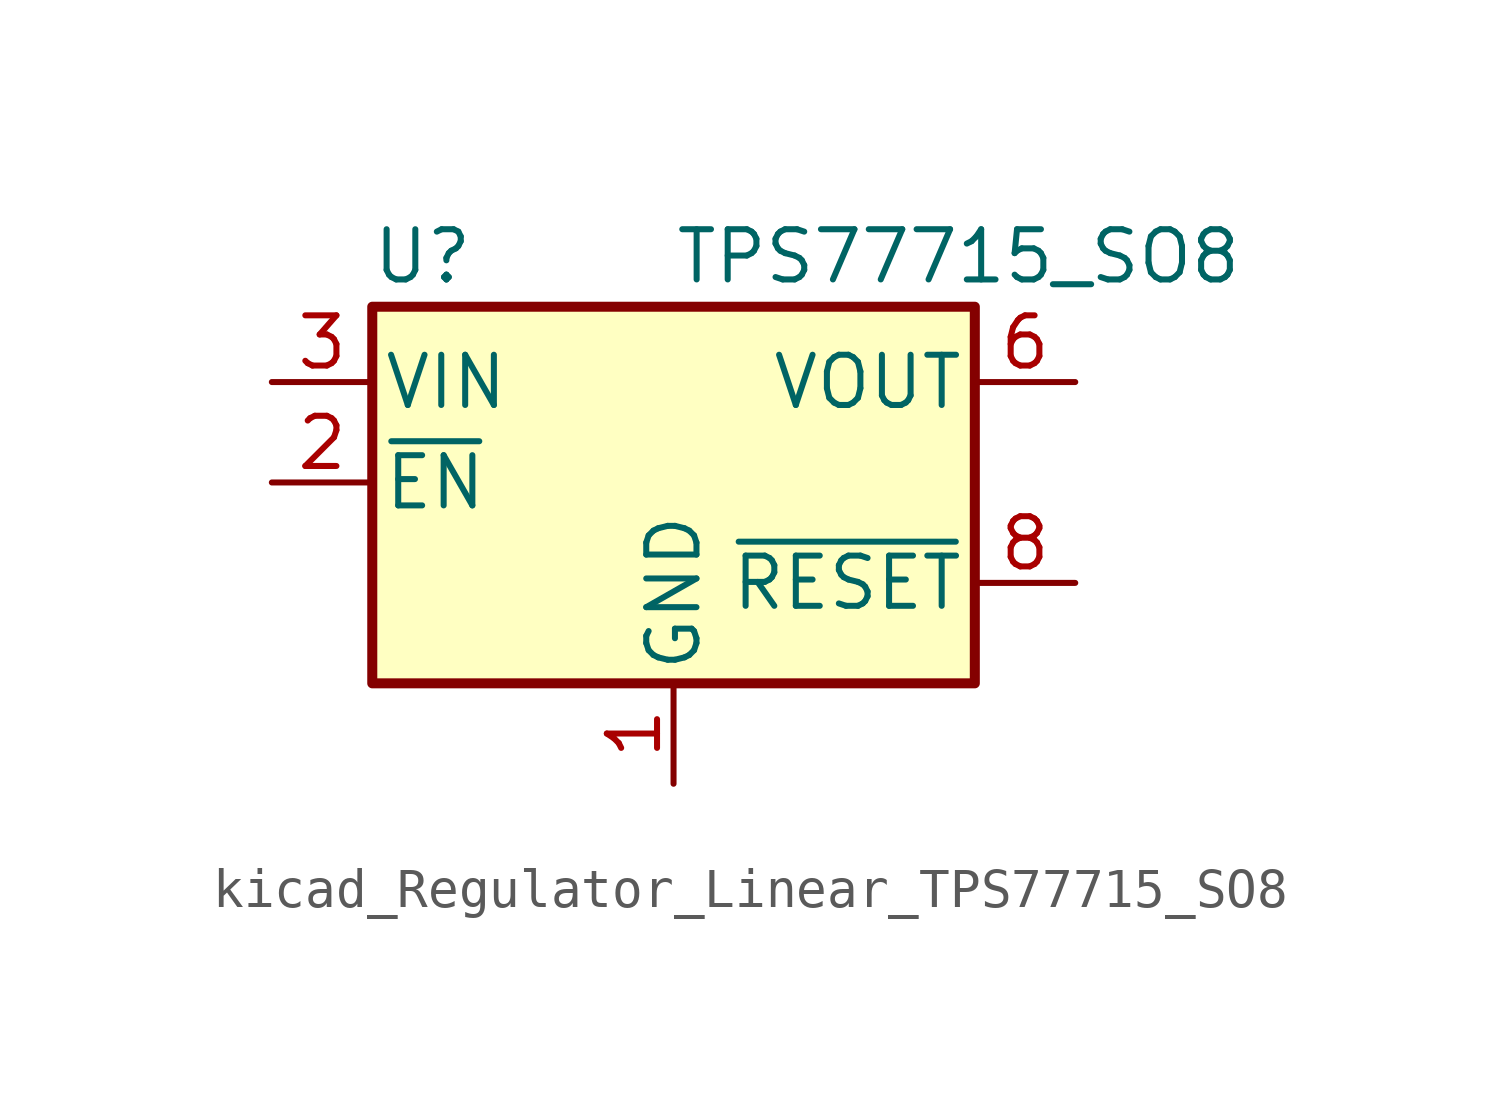
<source format=kicad_sym>
(kicad_symbol_lib
  (version 20220914)
  (generator kicad_symbol_editor)
  (symbol "kicad_Regulator_Linear_TPS77715_SO8"
    (pin_names
      (offset 0.254))
    (property "Reference" "U"
      (at -6.35 5.715 0)
      (effects (font (size 1.27 1.27))))
    (property "Value" "TPS77715_SO8"
      (at 0 5.715 0)
      (effects (font (size 1.27 1.27)) (justify left)))
    (symbol "kicad_Regulator_Linear_TPS77715_SO8_0_1"
      (rectangle (start -7.62 4.445) (end 7.62 -5.08) (stroke (width 0.254) (type default)) (fill (type background))))
    (symbol "kicad_Regulator_Linear_TPS77715_SO8_1_1"
      (pin power_in line (at 0 -7.62 90) (length 2.54) (name "GND" (effects (font (size 1.27 1.27)))) (number "1" (effects (font (size 1.27 1.27)))))
      (pin input line (at -10.16 0 0) (length 2.54) (name "~{EN}" (effects (font (size 1.27 1.27)))) (number "2" (effects (font (size 1.27 1.27)))))
      (pin power_in line (at -10.16 2.54 0) (length 2.54) (name "VIN" (effects (font (size 1.27 1.27)))) (number "3" (effects (font (size 1.27 1.27)))))
      (pin passive line (at -10.16 2.54 0) (length 2.54) hide (name "VIN" (effects (font (size 1.27 1.27)))) (number "4" (effects (font (size 1.27 1.27)))))
      (pin passive line (at 10.16 2.54 180) (length 2.54) hide (name "VOUT" (effects (font (size 1.27 1.27)))) (number "5" (effects (font (size 1.27 1.27)))))
      (pin power_out line (at 10.16 2.54 180) (length 2.54) (name "VOUT" (effects (font (size 1.27 1.27)))) (number "6" (effects (font (size 1.27 1.27)))))
      (pin no_connect line (at 7.62 0 180) (length 2.54) hide (name "NC" (effects (font (size 1.27 1.27)))) (number "7" (effects (font (size 1.27 1.27)))))
      (pin open_collector line (at 10.16 -2.54 180) (length 2.54) (name "~{RESET}" (effects (font (size 1.27 1.27)))) (number "8" (effects (font (size 1.27 1.27))))))))
</source>
